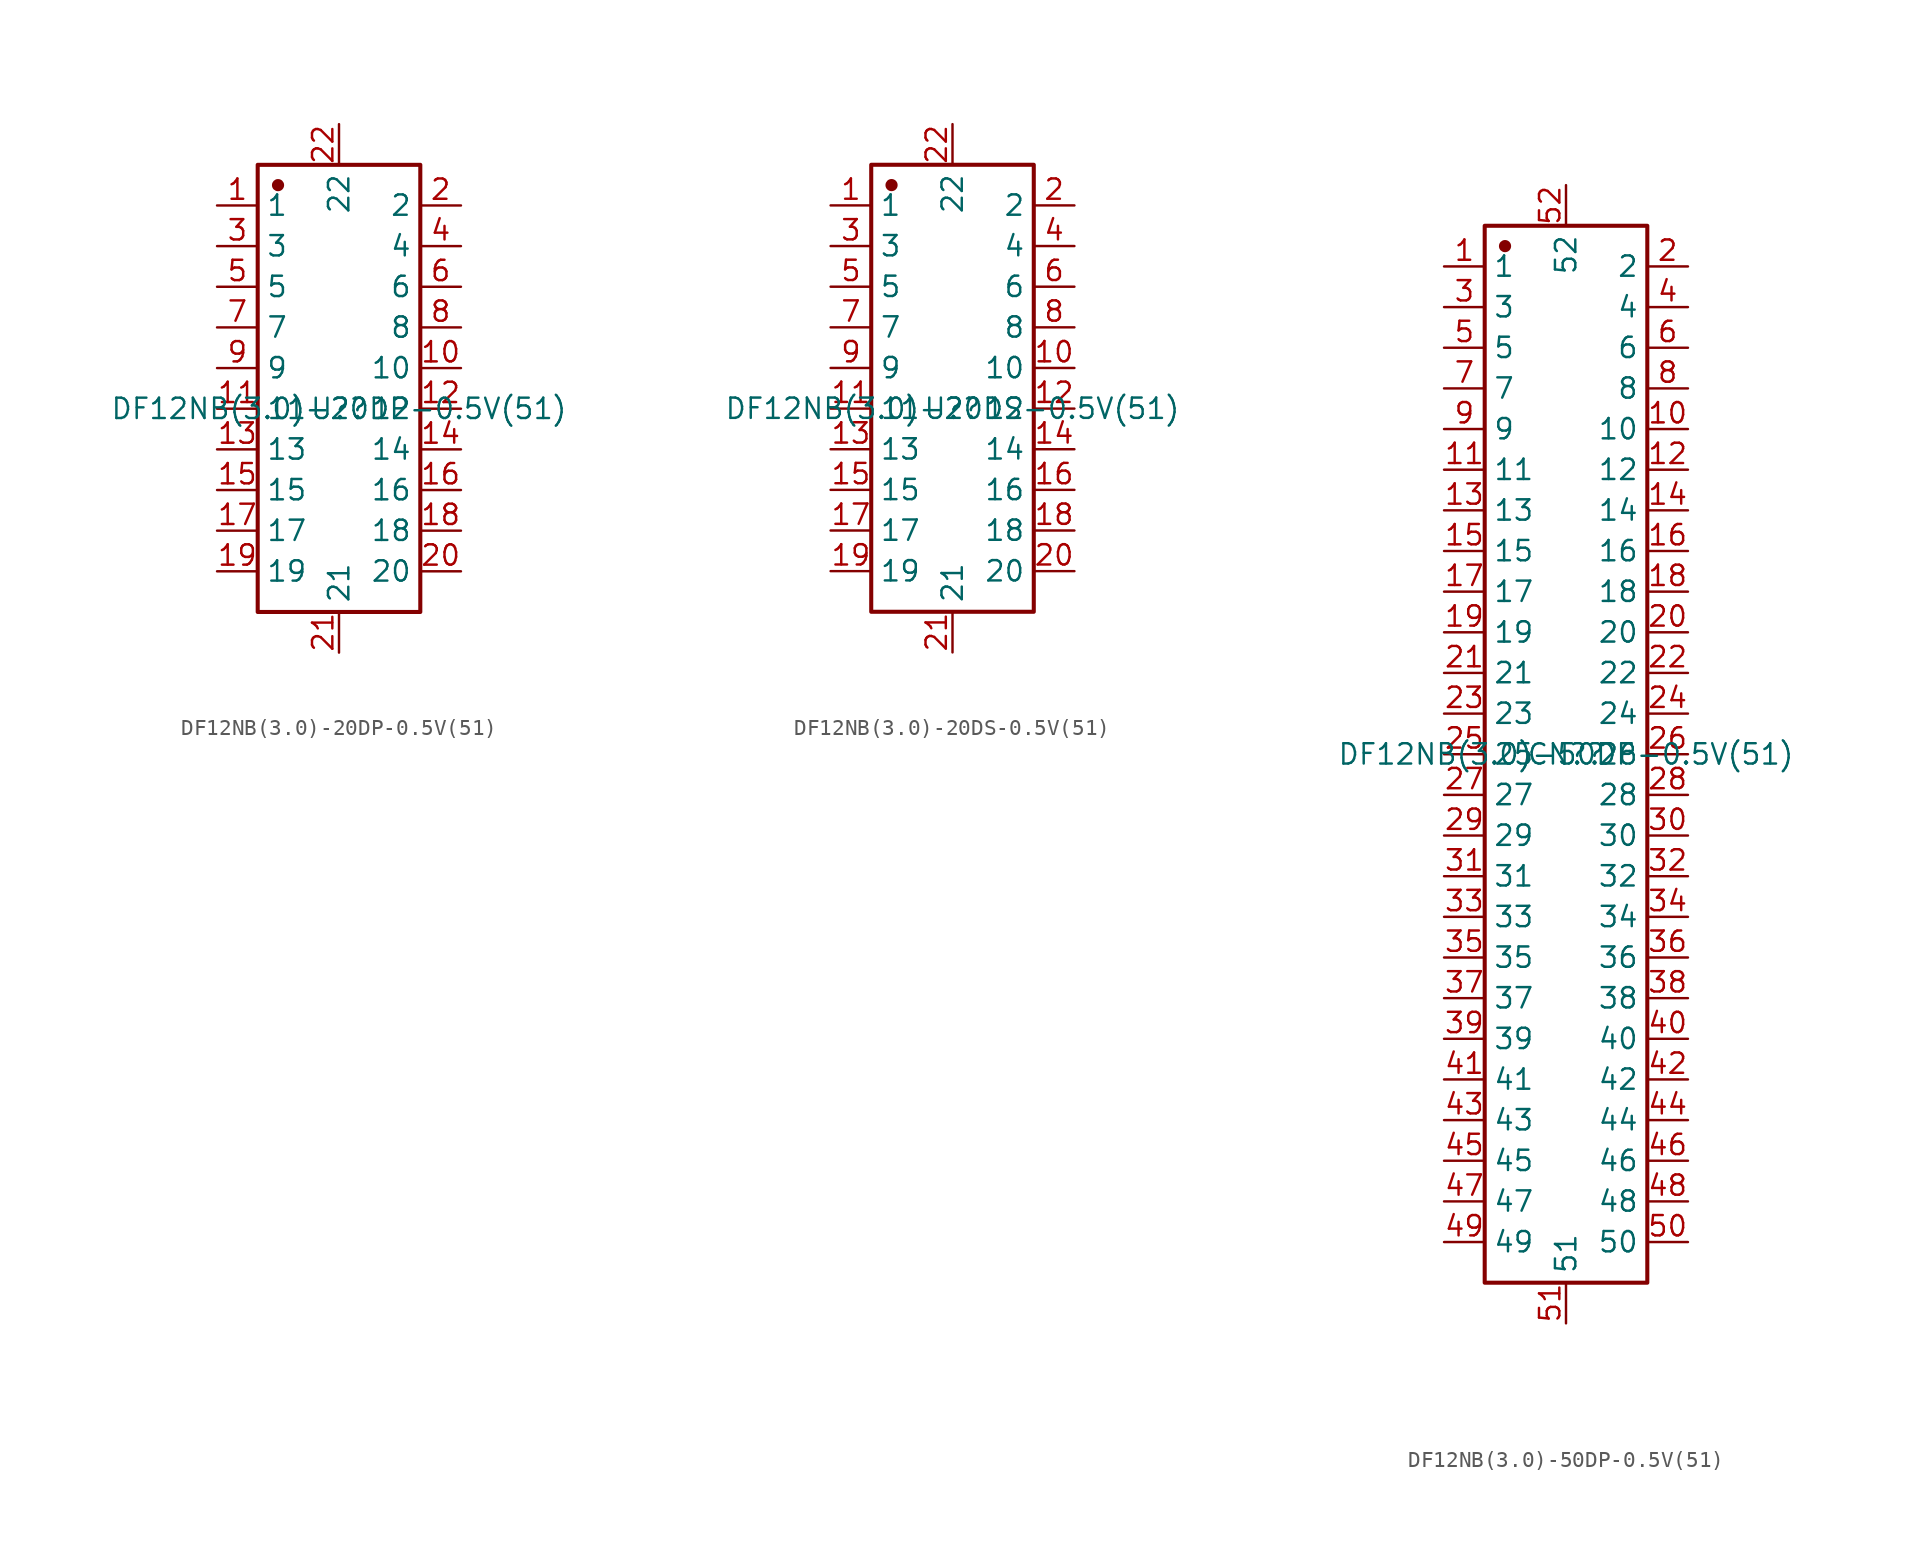
<source format=kicad_sym>
(kicad_symbol_lib
  (version 20231120)
  (generator "kicad_symbol_editor")
  (generator_version "8.0")
  (symbol "DF12NB(3.0)-20DP-0.5V(51)"
    (property "Reference" "U?"
      (at 0 0 0)
      (effects (font (size 1.27 1.27))))
    (property "Value" "DF12NB(3.0)-20DP-0.5V(51)"
      (at 0 0 0)
      (effects (font (size 1.27 1.27))))
    (symbol "DF12NB(3.0)-20DP-0.5V(51)_0_0"
      (rectangle (start -5.08 15.24) (end 5.08 -12.7) (stroke (width 0.254) (type solid)) (fill (type none)))
      (circle (center -3.81 13.97) (radius 0.254) (stroke (width 0.254) (type solid)) (fill (type outline)))
      (pin unspecified line (at -7.62 12.7 0) (length 2.54) (name "1" (effects (font (size 1.27 1.27)))) (number "1" (effects (font (size 1.27 1.27)))))
      (pin unspecified line (at 7.62 2.54 180) (length 2.54) (name "10" (effects (font (size 1.27 1.27)))) (number "10" (effects (font (size 1.27 1.27)))))
      (pin unspecified line (at -7.62 0 0) (length 2.54) (name "11" (effects (font (size 1.27 1.27)))) (number "11" (effects (font (size 1.27 1.27)))))
      (pin unspecified line (at 7.62 0 180) (length 2.54) (name "12" (effects (font (size 1.27 1.27)))) (number "12" (effects (font (size 1.27 1.27)))))
      (pin unspecified line (at -7.62 -2.54 0) (length 2.54) (name "13" (effects (font (size 1.27 1.27)))) (number "13" (effects (font (size 1.27 1.27)))))
      (pin unspecified line (at 7.62 -2.54 180) (length 2.54) (name "14" (effects (font (size 1.27 1.27)))) (number "14" (effects (font (size 1.27 1.27)))))
      (pin unspecified line (at -7.62 -5.08 0) (length 2.54) (name "15" (effects (font (size 1.27 1.27)))) (number "15" (effects (font (size 1.27 1.27)))))
      (pin unspecified line (at 7.62 -5.08 180) (length 2.54) (name "16" (effects (font (size 1.27 1.27)))) (number "16" (effects (font (size 1.27 1.27)))))
      (pin unspecified line (at -7.62 -7.62 0) (length 2.54) (name "17" (effects (font (size 1.27 1.27)))) (number "17" (effects (font (size 1.27 1.27)))))
      (pin unspecified line (at 7.62 -7.62 180) (length 2.54) (name "18" (effects (font (size 1.27 1.27)))) (number "18" (effects (font (size 1.27 1.27)))))
      (pin unspecified line (at -7.62 -10.16 0) (length 2.54) (name "19" (effects (font (size 1.27 1.27)))) (number "19" (effects (font (size 1.27 1.27)))))
      (pin unspecified line (at 7.62 12.7 180) (length 2.54) (name "2" (effects (font (size 1.27 1.27)))) (number "2" (effects (font (size 1.27 1.27)))))
      (pin unspecified line (at 7.62 -10.16 180) (length 2.54) (name "20" (effects (font (size 1.27 1.27)))) (number "20" (effects (font (size 1.27 1.27)))))
      (pin unspecified line (at 0 -15.24 90) (length 2.54) (name "21" (effects (font (size 1.27 1.27)))) (number "21" (effects (font (size 1.27 1.27)))))
      (pin unspecified line (at 0 17.78 270) (length 2.54) (name "22" (effects (font (size 1.27 1.27)))) (number "22" (effects (font (size 1.27 1.27)))))
      (pin unspecified line (at -7.62 10.16 0) (length 2.54) (name "3" (effects (font (size 1.27 1.27)))) (number "3" (effects (font (size 1.27 1.27)))))
      (pin unspecified line (at 7.62 10.16 180) (length 2.54) (name "4" (effects (font (size 1.27 1.27)))) (number "4" (effects (font (size 1.27 1.27)))))
      (pin unspecified line (at -7.62 7.62 0) (length 2.54) (name "5" (effects (font (size 1.27 1.27)))) (number "5" (effects (font (size 1.27 1.27)))))
      (pin unspecified line (at 7.62 7.62 180) (length 2.54) (name "6" (effects (font (size 1.27 1.27)))) (number "6" (effects (font (size 1.27 1.27)))))
      (pin unspecified line (at -7.62 5.08 0) (length 2.54) (name "7" (effects (font (size 1.27 1.27)))) (number "7" (effects (font (size 1.27 1.27)))))
      (pin unspecified line (at 7.62 5.08 180) (length 2.54) (name "8" (effects (font (size 1.27 1.27)))) (number "8" (effects (font (size 1.27 1.27)))))
      (pin unspecified line (at -7.62 2.54 0) (length 2.54) (name "9" (effects (font (size 1.27 1.27)))) (number "9" (effects (font (size 1.27 1.27)))))))
  (symbol "DF12NB(3.0)-20DS-0.5V(51)"
    (property "Reference" "U?"
      (at 0 0 0)
      (effects (font (size 1.27 1.27))))
    (property "Value" "DF12NB(3.0)-20DS-0.5V(51)"
      (at 0 0 0)
      (effects (font (size 1.27 1.27))))
    (symbol "DF12NB(3.0)-20DS-0.5V(51)_0_0"
      (rectangle (start -5.08 15.24) (end 5.08 -12.7) (stroke (width 0.254) (type solid)) (fill (type none)))
      (circle (center -3.81 13.97) (radius 0.254) (stroke (width 0.254) (type solid)) (fill (type outline)))
      (pin unspecified line (at -7.62 12.7 0) (length 2.54) (name "1" (effects (font (size 1.27 1.27)))) (number "1" (effects (font (size 1.27 1.27)))))
      (pin unspecified line (at 7.62 2.54 180) (length 2.54) (name "10" (effects (font (size 1.27 1.27)))) (number "10" (effects (font (size 1.27 1.27)))))
      (pin unspecified line (at -7.62 0 0) (length 2.54) (name "11" (effects (font (size 1.27 1.27)))) (number "11" (effects (font (size 1.27 1.27)))))
      (pin unspecified line (at 7.62 0 180) (length 2.54) (name "12" (effects (font (size 1.27 1.27)))) (number "12" (effects (font (size 1.27 1.27)))))
      (pin unspecified line (at -7.62 -2.54 0) (length 2.54) (name "13" (effects (font (size 1.27 1.27)))) (number "13" (effects (font (size 1.27 1.27)))))
      (pin unspecified line (at 7.62 -2.54 180) (length 2.54) (name "14" (effects (font (size 1.27 1.27)))) (number "14" (effects (font (size 1.27 1.27)))))
      (pin unspecified line (at -7.62 -5.08 0) (length 2.54) (name "15" (effects (font (size 1.27 1.27)))) (number "15" (effects (font (size 1.27 1.27)))))
      (pin unspecified line (at 7.62 -5.08 180) (length 2.54) (name "16" (effects (font (size 1.27 1.27)))) (number "16" (effects (font (size 1.27 1.27)))))
      (pin unspecified line (at -7.62 -7.62 0) (length 2.54) (name "17" (effects (font (size 1.27 1.27)))) (number "17" (effects (font (size 1.27 1.27)))))
      (pin unspecified line (at 7.62 -7.62 180) (length 2.54) (name "18" (effects (font (size 1.27 1.27)))) (number "18" (effects (font (size 1.27 1.27)))))
      (pin unspecified line (at -7.62 -10.16 0) (length 2.54) (name "19" (effects (font (size 1.27 1.27)))) (number "19" (effects (font (size 1.27 1.27)))))
      (pin unspecified line (at 7.62 12.7 180) (length 2.54) (name "2" (effects (font (size 1.27 1.27)))) (number "2" (effects (font (size 1.27 1.27)))))
      (pin unspecified line (at 7.62 -10.16 180) (length 2.54) (name "20" (effects (font (size 1.27 1.27)))) (number "20" (effects (font (size 1.27 1.27)))))
      (pin unspecified line (at 0 -15.24 90) (length 2.54) (name "21" (effects (font (size 1.27 1.27)))) (number "21" (effects (font (size 1.27 1.27)))))
      (pin unspecified line (at 0 17.78 270) (length 2.54) (name "22" (effects (font (size 1.27 1.27)))) (number "22" (effects (font (size 1.27 1.27)))))
      (pin unspecified line (at -7.62 10.16 0) (length 2.54) (name "3" (effects (font (size 1.27 1.27)))) (number "3" (effects (font (size 1.27 1.27)))))
      (pin unspecified line (at 7.62 10.16 180) (length 2.54) (name "4" (effects (font (size 1.27 1.27)))) (number "4" (effects (font (size 1.27 1.27)))))
      (pin unspecified line (at -7.62 7.62 0) (length 2.54) (name "5" (effects (font (size 1.27 1.27)))) (number "5" (effects (font (size 1.27 1.27)))))
      (pin unspecified line (at 7.62 7.62 180) (length 2.54) (name "6" (effects (font (size 1.27 1.27)))) (number "6" (effects (font (size 1.27 1.27)))))
      (pin unspecified line (at -7.62 5.08 0) (length 2.54) (name "7" (effects (font (size 1.27 1.27)))) (number "7" (effects (font (size 1.27 1.27)))))
      (pin unspecified line (at 7.62 5.08 180) (length 2.54) (name "8" (effects (font (size 1.27 1.27)))) (number "8" (effects (font (size 1.27 1.27)))))
      (pin unspecified line (at -7.62 2.54 0) (length 2.54) (name "9" (effects (font (size 1.27 1.27)))) (number "9" (effects (font (size 1.27 1.27)))))))
  (symbol "DF12NB(3.0)-50DP-0.5V(51)"
    (property "Reference" "CN?"
      (at 0 0 0)
      (effects (font (size 1.27 1.27))))
    (property "Value" "DF12NB(3.0)-50DP-0.5V(51)"
      (at 0 0 0)
      (effects (font (size 1.27 1.27))))
    (symbol "DF12NB(3.0)-50DP-0.5V(51)_0_0"
      (rectangle (start -5.08 33.02) (end 5.08 -33.02) (stroke (width 0.254) (type solid)) (fill (type none)))
      (circle (center -3.81 31.75) (radius 0.254) (stroke (width 0.254) (type solid)) (fill (type outline)))
      (pin unspecified line (at -7.62 30.48 0) (length 2.54) (name "1" (effects (font (size 1.27 1.27)))) (number "1" (effects (font (size 1.27 1.27)))))
      (pin unspecified line (at 7.62 20.32 180) (length 2.54) (name "10" (effects (font (size 1.27 1.27)))) (number "10" (effects (font (size 1.27 1.27)))))
      (pin unspecified line (at -7.62 17.78 0) (length 2.54) (name "11" (effects (font (size 1.27 1.27)))) (number "11" (effects (font (size 1.27 1.27)))))
      (pin unspecified line (at 7.62 17.78 180) (length 2.54) (name "12" (effects (font (size 1.27 1.27)))) (number "12" (effects (font (size 1.27 1.27)))))
      (pin unspecified line (at -7.62 15.24 0) (length 2.54) (name "13" (effects (font (size 1.27 1.27)))) (number "13" (effects (font (size 1.27 1.27)))))
      (pin unspecified line (at 7.62 15.24 180) (length 2.54) (name "14" (effects (font (size 1.27 1.27)))) (number "14" (effects (font (size 1.27 1.27)))))
      (pin unspecified line (at -7.62 12.7 0) (length 2.54) (name "15" (effects (font (size 1.27 1.27)))) (number "15" (effects (font (size 1.27 1.27)))))
      (pin unspecified line (at 7.62 12.7 180) (length 2.54) (name "16" (effects (font (size 1.27 1.27)))) (number "16" (effects (font (size 1.27 1.27)))))
      (pin unspecified line (at -7.62 10.16 0) (length 2.54) (name "17" (effects (font (size 1.27 1.27)))) (number "17" (effects (font (size 1.27 1.27)))))
      (pin unspecified line (at 7.62 10.16 180) (length 2.54) (name "18" (effects (font (size 1.27 1.27)))) (number "18" (effects (font (size 1.27 1.27)))))
      (pin unspecified line (at -7.62 7.62 0) (length 2.54) (name "19" (effects (font (size 1.27 1.27)))) (number "19" (effects (font (size 1.27 1.27)))))
      (pin unspecified line (at 7.62 30.48 180) (length 2.54) (name "2" (effects (font (size 1.27 1.27)))) (number "2" (effects (font (size 1.27 1.27)))))
      (pin unspecified line (at 7.62 7.62 180) (length 2.54) (name "20" (effects (font (size 1.27 1.27)))) (number "20" (effects (font (size 1.27 1.27)))))
      (pin unspecified line (at -7.62 5.08 0) (length 2.54) (name "21" (effects (font (size 1.27 1.27)))) (number "21" (effects (font (size 1.27 1.27)))))
      (pin unspecified line (at 7.62 5.08 180) (length 2.54) (name "22" (effects (font (size 1.27 1.27)))) (number "22" (effects (font (size 1.27 1.27)))))
      (pin unspecified line (at -7.62 2.54 0) (length 2.54) (name "23" (effects (font (size 1.27 1.27)))) (number "23" (effects (font (size 1.27 1.27)))))
      (pin unspecified line (at 7.62 2.54 180) (length 2.54) (name "24" (effects (font (size 1.27 1.27)))) (number "24" (effects (font (size 1.27 1.27)))))
      (pin unspecified line (at -7.62 0 0) (length 2.54) (name "25" (effects (font (size 1.27 1.27)))) (number "25" (effects (font (size 1.27 1.27)))))
      (pin unspecified line (at 7.62 0 180) (length 2.54) (name "26" (effects (font (size 1.27 1.27)))) (number "26" (effects (font (size 1.27 1.27)))))
      (pin unspecified line (at -7.62 -2.54 0) (length 2.54) (name "27" (effects (font (size 1.27 1.27)))) (number "27" (effects (font (size 1.27 1.27)))))
      (pin unspecified line (at 7.62 -2.54 180) (length 2.54) (name "28" (effects (font (size 1.27 1.27)))) (number "28" (effects (font (size 1.27 1.27)))))
      (pin unspecified line (at -7.62 -5.08 0) (length 2.54) (name "29" (effects (font (size 1.27 1.27)))) (number "29" (effects (font (size 1.27 1.27)))))
      (pin unspecified line (at -7.62 27.94 0) (length 2.54) (name "3" (effects (font (size 1.27 1.27)))) (number "3" (effects (font (size 1.27 1.27)))))
      (pin unspecified line (at 7.62 -5.08 180) (length 2.54) (name "30" (effects (font (size 1.27 1.27)))) (number "30" (effects (font (size 1.27 1.27)))))
      (pin unspecified line (at -7.62 -7.62 0) (length 2.54) (name "31" (effects (font (size 1.27 1.27)))) (number "31" (effects (font (size 1.27 1.27)))))
      (pin unspecified line (at 7.62 -7.62 180) (length 2.54) (name "32" (effects (font (size 1.27 1.27)))) (number "32" (effects (font (size 1.27 1.27)))))
      (pin unspecified line (at -7.62 -10.16 0) (length 2.54) (name "33" (effects (font (size 1.27 1.27)))) (number "33" (effects (font (size 1.27 1.27)))))
      (pin unspecified line (at 7.62 -10.16 180) (length 2.54) (name "34" (effects (font (size 1.27 1.27)))) (number "34" (effects (font (size 1.27 1.27)))))
      (pin unspecified line (at -7.62 -12.7 0) (length 2.54) (name "35" (effects (font (size 1.27 1.27)))) (number "35" (effects (font (size 1.27 1.27)))))
      (pin unspecified line (at 7.62 -12.7 180) (length 2.54) (name "36" (effects (font (size 1.27 1.27)))) (number "36" (effects (font (size 1.27 1.27)))))
      (pin unspecified line (at -7.62 -15.24 0) (length 2.54) (name "37" (effects (font (size 1.27 1.27)))) (number "37" (effects (font (size 1.27 1.27)))))
      (pin unspecified line (at 7.62 -15.24 180) (length 2.54) (name "38" (effects (font (size 1.27 1.27)))) (number "38" (effects (font (size 1.27 1.27)))))
      (pin unspecified line (at -7.62 -17.78 0) (length 2.54) (name "39" (effects (font (size 1.27 1.27)))) (number "39" (effects (font (size 1.27 1.27)))))
      (pin unspecified line (at 7.62 27.94 180) (length 2.54) (name "4" (effects (font (size 1.27 1.27)))) (number "4" (effects (font (size 1.27 1.27)))))
      (pin unspecified line (at 7.62 -17.78 180) (length 2.54) (name "40" (effects (font (size 1.27 1.27)))) (number "40" (effects (font (size 1.27 1.27)))))
      (pin unspecified line (at -7.62 -20.32 0) (length 2.54) (name "41" (effects (font (size 1.27 1.27)))) (number "41" (effects (font (size 1.27 1.27)))))
      (pin unspecified line (at 7.62 -20.32 180) (length 2.54) (name "42" (effects (font (size 1.27 1.27)))) (number "42" (effects (font (size 1.27 1.27)))))
      (pin unspecified line (at -7.62 -22.86 0) (length 2.54) (name "43" (effects (font (size 1.27 1.27)))) (number "43" (effects (font (size 1.27 1.27)))))
      (pin unspecified line (at 7.62 -22.86 180) (length 2.54) (name "44" (effects (font (size 1.27 1.27)))) (number "44" (effects (font (size 1.27 1.27)))))
      (pin unspecified line (at -7.62 -25.4 0) (length 2.54) (name "45" (effects (font (size 1.27 1.27)))) (number "45" (effects (font (size 1.27 1.27)))))
      (pin unspecified line (at 7.62 -25.4 180) (length 2.54) (name "46" (effects (font (size 1.27 1.27)))) (number "46" (effects (font (size 1.27 1.27)))))
      (pin unspecified line (at -7.62 -27.94 0) (length 2.54) (name "47" (effects (font (size 1.27 1.27)))) (number "47" (effects (font (size 1.27 1.27)))))
      (pin unspecified line (at 7.62 -27.94 180) (length 2.54) (name "48" (effects (font (size 1.27 1.27)))) (number "48" (effects (font (size 1.27 1.27)))))
      (pin unspecified line (at -7.62 -30.48 0) (length 2.54) (name "49" (effects (font (size 1.27 1.27)))) (number "49" (effects (font (size 1.27 1.27)))))
      (pin unspecified line (at -7.62 25.4 0) (length 2.54) (name "5" (effects (font (size 1.27 1.27)))) (number "5" (effects (font (size 1.27 1.27)))))
      (pin unspecified line (at 7.62 -30.48 180) (length 2.54) (name "50" (effects (font (size 1.27 1.27)))) (number "50" (effects (font (size 1.27 1.27)))))
      (pin unspecified line (at 0 -35.56 90) (length 2.54) (name "51" (effects (font (size 1.27 1.27)))) (number "51" (effects (font (size 1.27 1.27)))))
      (pin unspecified line (at 0 35.56 270) (length 2.54) (name "52" (effects (font (size 1.27 1.27)))) (number "52" (effects (font (size 1.27 1.27)))))
      (pin unspecified line (at 7.62 25.4 180) (length 2.54) (name "6" (effects (font (size 1.27 1.27)))) (number "6" (effects (font (size 1.27 1.27)))))
      (pin unspecified line (at -7.62 22.86 0) (length 2.54) (name "7" (effects (font (size 1.27 1.27)))) (number "7" (effects (font (size 1.27 1.27)))))
      (pin unspecified line (at 7.62 22.86 180) (length 2.54) (name "8" (effects (font (size 1.27 1.27)))) (number "8" (effects (font (size 1.27 1.27)))))
      (pin unspecified line (at -7.62 20.32 0) (length 2.54) (name "9" (effects (font (size 1.27 1.27)))) (number "9" (effects (font (size 1.27 1.27))))))))
</source>
